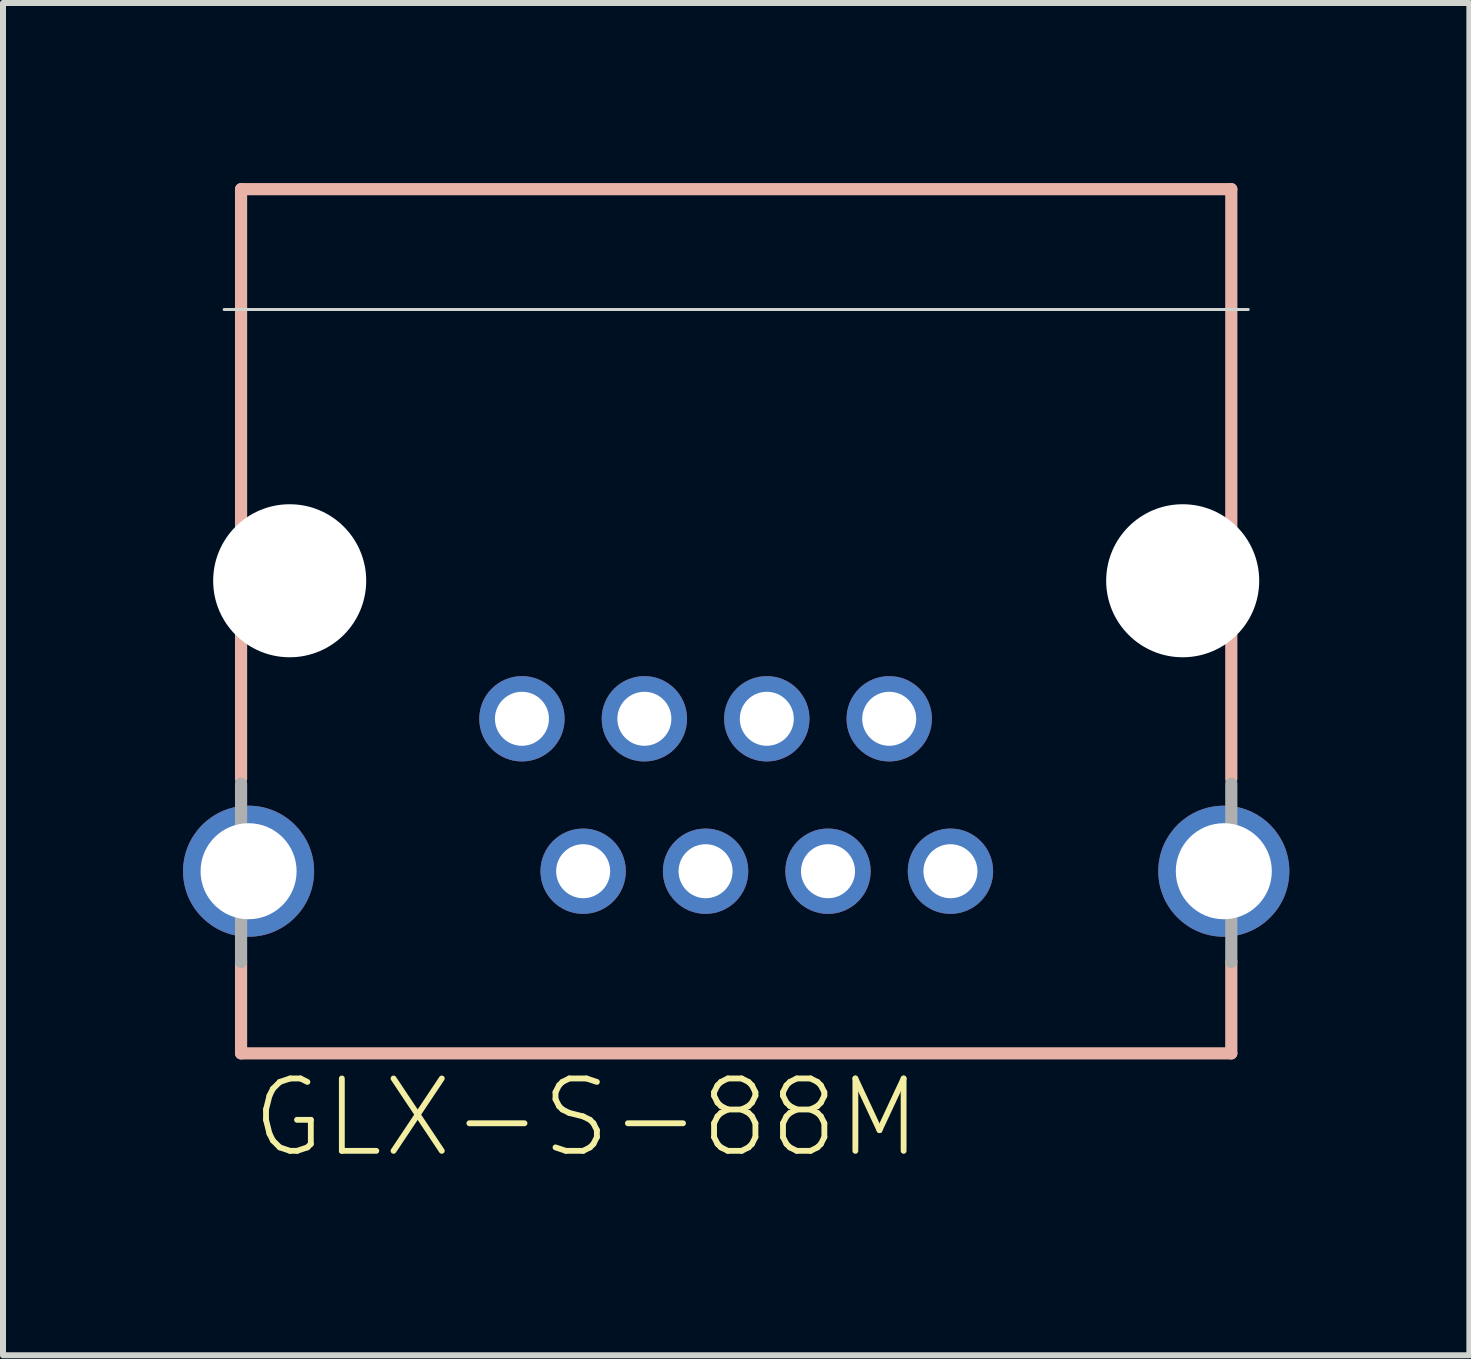
<source format=kicad_pcb>
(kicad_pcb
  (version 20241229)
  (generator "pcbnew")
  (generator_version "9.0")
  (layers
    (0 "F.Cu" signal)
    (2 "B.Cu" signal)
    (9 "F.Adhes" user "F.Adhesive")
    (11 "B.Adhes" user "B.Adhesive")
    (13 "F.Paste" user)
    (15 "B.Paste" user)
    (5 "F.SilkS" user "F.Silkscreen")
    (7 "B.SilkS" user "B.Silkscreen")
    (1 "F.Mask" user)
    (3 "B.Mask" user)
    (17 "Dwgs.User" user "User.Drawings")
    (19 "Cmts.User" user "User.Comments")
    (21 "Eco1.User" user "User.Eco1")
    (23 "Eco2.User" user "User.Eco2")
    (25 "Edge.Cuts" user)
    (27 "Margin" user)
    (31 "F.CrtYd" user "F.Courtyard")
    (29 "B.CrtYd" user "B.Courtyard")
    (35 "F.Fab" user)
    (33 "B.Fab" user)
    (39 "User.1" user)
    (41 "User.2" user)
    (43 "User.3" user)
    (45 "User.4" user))
  (footprint "GLX-S-88M"
    (layer "F.Cu")
    (at 9.217 6.627)
    (property "Reference" "GLX-S-88M" (at -8.128 9.652 0) (layer "F.SilkS") (effects (font (size 1.206 1.206) (thickness 0.097)) (justify left bottom)))
    (attr through_hole)
    (fp_line (start -8.25 -6.525) (end 8.25 -6.525) (stroke (width 0.203) (type solid)) (layer "B.SilkS"))
    (fp_line (start -8.25 3.302) (end -8.25 -6.525) (stroke (width 0.203) (type solid)) (layer "B.SilkS"))
    (fp_line (start -8.25 7.875) (end -8.25 6.35) (stroke (width 0.203) (type solid)) (layer "B.SilkS"))
    (fp_line (start 8.25 -6.525) (end 8.25 3.302) (stroke (width 0.203) (type solid)) (layer "B.SilkS"))
    (fp_line (start 8.25 6.35) (end 8.25 7.875) (stroke (width 0.203) (type solid)) (layer "B.SilkS"))
    (fp_line (start 8.25 7.875) (end -8.25 7.875) (stroke (width 0.203) (type solid)) (layer "B.SilkS"))
    (fp_line (start -8.532 -4.52) (end 8.532 -4.52) (stroke (width 0.05) (type solid)) (layer "Edge.Cuts"))
    (fp_line (start -8.25 6.351) (end -8.25 3.381) (stroke (width 0.203) (type solid)) (layer "F.Fab"))
    (fp_line (start 8.25 3.381) (end 8.25 6.351) (stroke (width 0.203) (type solid)) (layer "F.Fab"))
    (pad "" np_thru_hole circle (at -7.44 0) (size 2.55 2.55) (drill 2.55) (layers "*.Cu" "*.Mask"))
    (pad "" np_thru_hole circle (at 7.44 0) (size 2.55 2.55) (drill 2.55) (layers "*.Cu" "*.Mask"))
    (pad "1" thru_hole circle (at -3.57 2.3) (size 1.422 1.422) (drill 0.9) (layers "*.Cu" "*.Mask"))
    (pad "2" thru_hole circle (at -2.55 4.84) (size 1.422 1.422) (drill 0.9) (layers "*.Cu" "*.Mask"))
    (pad "3" thru_hole circle (at -1.53 2.3) (size 1.422 1.422) (drill 0.9) (layers "*.Cu" "*.Mask"))
    (pad "4" thru_hole circle (at -0.51 4.84) (size 1.422 1.422) (drill 0.9) (layers "*.Cu" "*.Mask"))
    (pad "5" thru_hole circle (at 0.51 2.3) (size 1.422 1.422) (drill 0.9) (layers "*.Cu" "*.Mask"))
    (pad "6" thru_hole circle (at 1.53 4.84) (size 1.422 1.422) (drill 0.9) (layers "*.Cu" "*.Mask"))
    (pad "7" thru_hole circle (at 2.55 2.3) (size 1.422 1.422) (drill 0.9) (layers "*.Cu" "*.Mask"))
    (pad "8" thru_hole circle (at 3.57 4.84) (size 1.422 1.422) (drill 0.9) (layers "*.Cu" "*.Mask"))
    (pad "S1" thru_hole circle (at -8.125 4.84) (size 2.184 2.184) (drill 1.6) (layers "*.Cu" "*.Mask"))
    (pad "S2" thru_hole circle (at 8.125 4.84) (size 2.184 2.184) (drill 1.6) (layers "*.Cu" "*.Mask")))
  (gr_rect
    (start -3 -3)
    (end 21.434 19.533)
    (stroke (width 0.1) (type default))
    (fill no)
    (layer "Edge.Cuts")))
</source>
